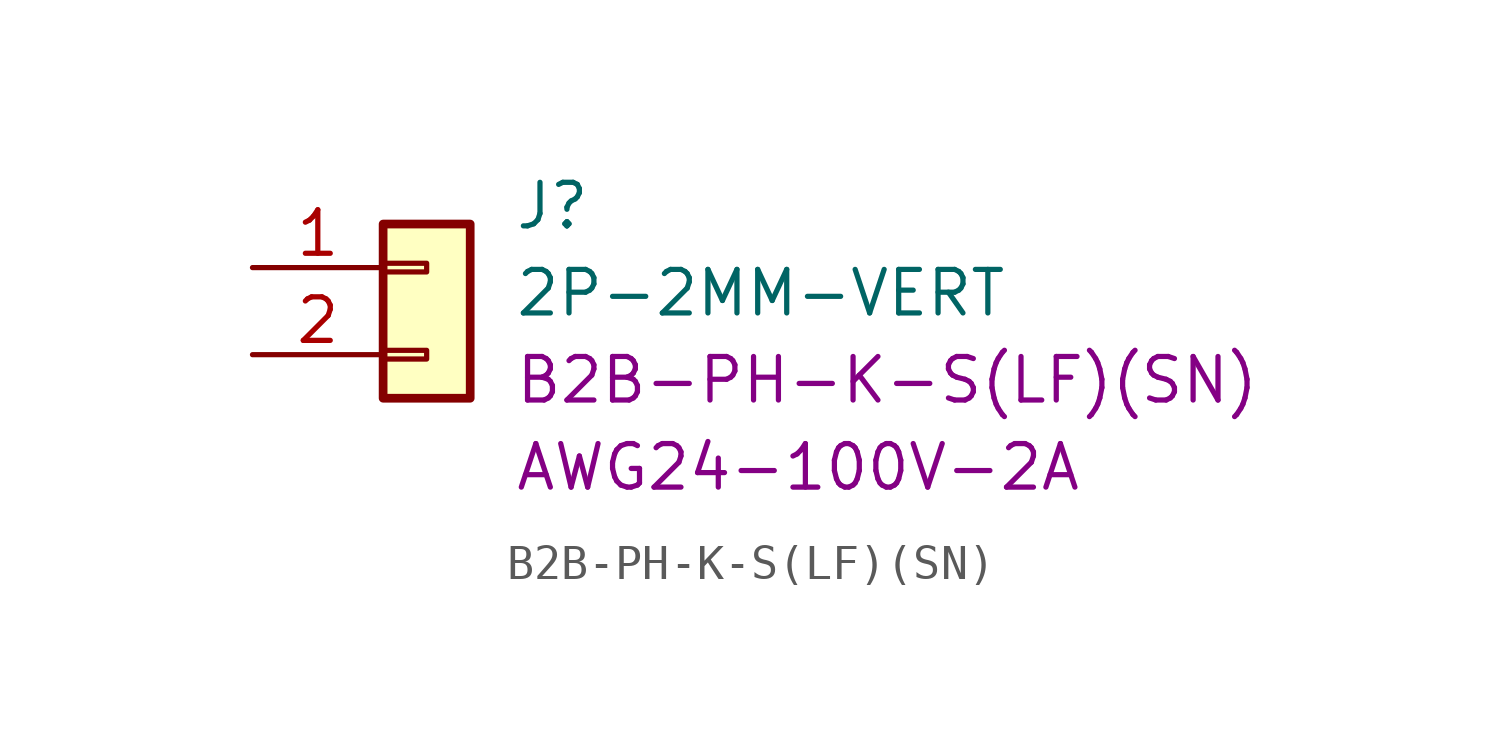
<source format=kicad_sym>
(kicad_symbol_lib
  (version 20220914)
  (generator kicad_symbol_editor)
  (symbol "B2B-PH-K-S(LF)(SN)"
    (pin_names
      (offset 1.016) hide)
    (property "Reference" "J"
      (at 2.54 2.54 0)
      (effects (font (size 1.27 1.27)) (justify left top)))
    (property "Value" "2P-2MM-VERT"
      (at 2.54 0 0)
      (effects (font (size 1.27 1.27)) (justify left top)))
    (property "Wire" "AWG24-100V-2A"
      (at 2.54 -5.08 0)
      (effects (font (size 1.27 1.27)) (justify left top)))
    (property "Manufacturer Part Number" "B2B-PH-K-S(LF)(SN)"
      (at 2.54 -2.54 0)
      (effects (font (size 1.27 1.27)) (justify left top)))
    (property "Assembly" ""
      (at 0 0 0)
      (effects (font (size 1.27 1.27))))
    (symbol "B2B-PH-K-S(LF)(SN)_1_1"
      (rectangle (start -1.27 -2.413) (end 0 -2.667) (stroke (width 0.152) (type default)) (fill (type none)))
      (rectangle (start -1.27 0.127) (end 0 -0.127) (stroke (width 0.152) (type default)) (fill (type none)))
      (rectangle (start -1.27 1.27) (end 1.27 -3.81) (stroke (width 0.254) (type default)) (fill (type background)))
      (pin passive line (at -5.08 0 0) (length 3.81) (name "Pin_1" (effects (font (size 1.27 1.27)))) (number "1" (effects (font (size 1.27 1.27)))))
      (pin passive line (at -5.08 -2.54 0) (length 3.81) (name "Pin_2" (effects (font (size 1.27 1.27)))) (number "2" (effects (font (size 1.27 1.27))))))))
</source>
